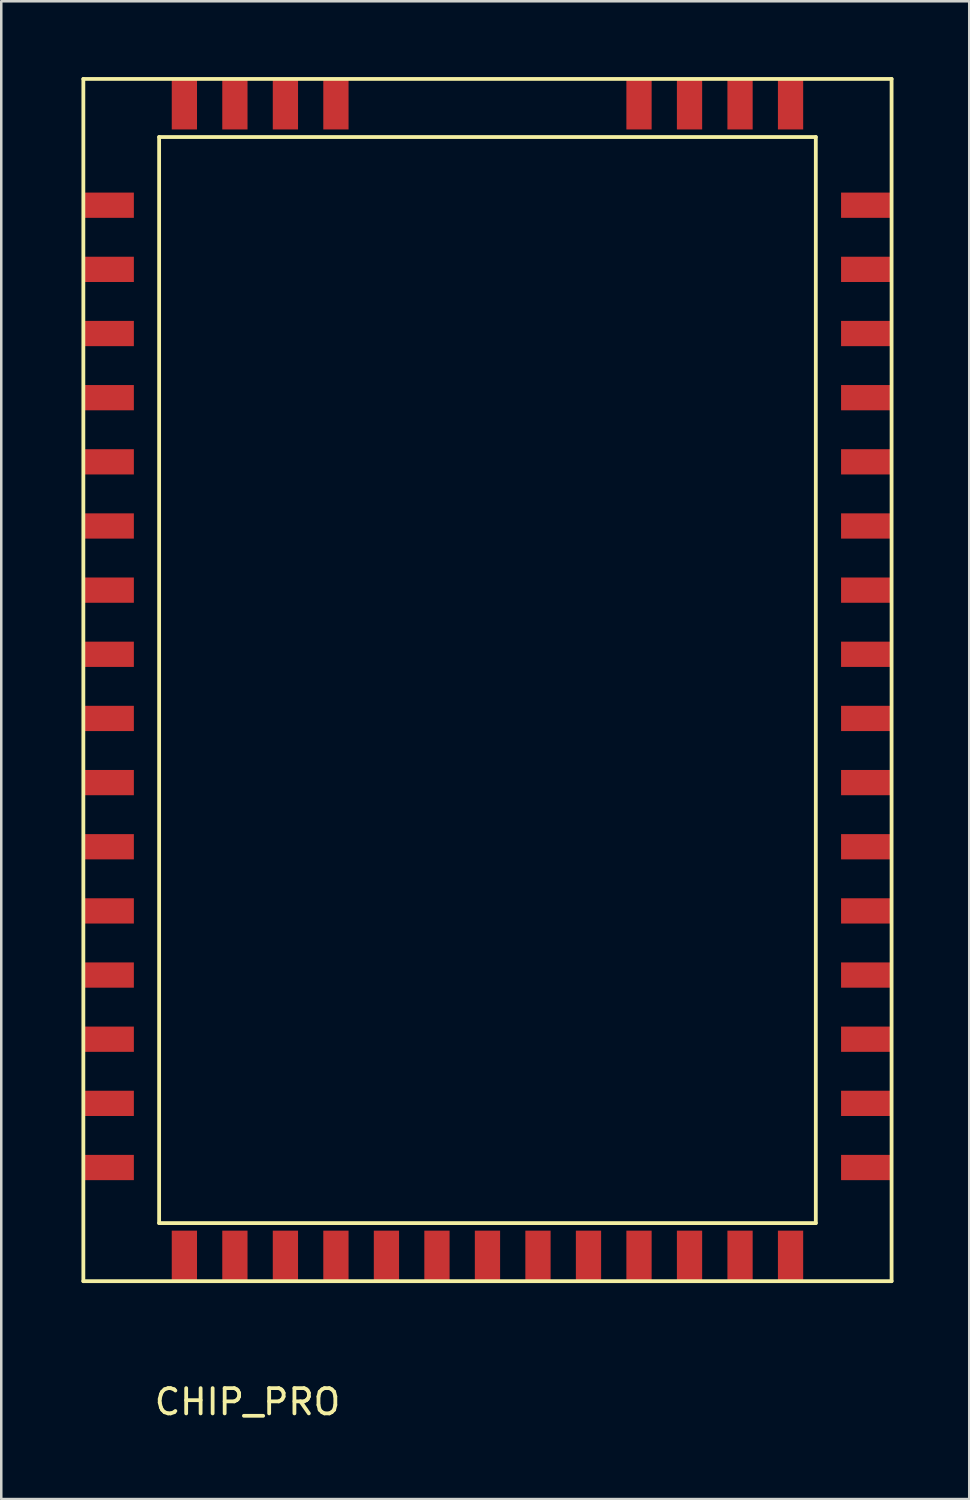
<source format=kicad_pcb>
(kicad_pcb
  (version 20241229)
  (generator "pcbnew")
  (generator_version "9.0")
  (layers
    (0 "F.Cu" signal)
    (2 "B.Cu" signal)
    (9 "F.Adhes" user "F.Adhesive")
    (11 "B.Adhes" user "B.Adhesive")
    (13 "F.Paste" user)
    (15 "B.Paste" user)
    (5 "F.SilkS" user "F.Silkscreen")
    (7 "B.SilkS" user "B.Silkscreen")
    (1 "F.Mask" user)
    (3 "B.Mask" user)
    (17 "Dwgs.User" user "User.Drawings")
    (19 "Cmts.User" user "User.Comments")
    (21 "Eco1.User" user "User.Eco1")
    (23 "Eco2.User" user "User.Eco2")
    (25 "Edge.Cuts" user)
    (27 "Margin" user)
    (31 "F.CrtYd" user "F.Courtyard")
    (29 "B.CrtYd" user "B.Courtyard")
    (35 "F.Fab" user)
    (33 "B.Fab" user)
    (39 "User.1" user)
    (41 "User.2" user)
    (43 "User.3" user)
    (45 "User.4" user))
  (footprint "CHIP_PRO"
    (layer "F.Cu")
    (at 0.25 47.675)
    (property "Reference" "CHIP_PRO" (at 6.5 4.78 0) (layer "F.SilkS") (effects (font (size 1 1) (thickness 0.15))))
    (attr through_hole)
    (fp_line (start 0 -47.6) (end 0 0) (stroke (width 0.15) (type solid)) (layer "F.SilkS"))
    (fp_line (start 0 0) (end 32 0) (stroke (width 0.15) (type solid)) (layer "F.SilkS"))
    (fp_line (start 3 -45.3) (end 29 -45.3) (stroke (width 0.15) (type solid)) (layer "F.SilkS"))
    (fp_line (start 3 -2.3) (end 3 -45.3) (stroke (width 0.15) (type solid)) (layer "F.SilkS"))
    (fp_line (start 3 -2.3) (end 29 -2.3) (stroke (width 0.15) (type solid)) (layer "F.SilkS"))
    (fp_line (start 29 -2.3) (end 29 -45.3) (stroke (width 0.15) (type solid)) (layer "F.SilkS"))
    (fp_line (start 32 -47.6) (end 0 -47.6) (stroke (width 0.15) (type solid)) (layer "F.SilkS"))
    (fp_line (start 32 0) (end 32 -47.6) (stroke (width 0.15) (type solid)) (layer "F.SilkS"))
    (fp_line (start 0 -46.6) (end 1.5 -47.6) (stroke (width 0.15) (type solid)) (layer "B.Paste"))
    (pad "1" smd rect (at 28 -46.6) (size 1 2) (layers "F.Cu" "F.Mask" "F.Paste"))
    (pad "2" connect rect (at 26 -46.6) (size 1 2) (layers "F.Cu" "F.Mask"))
    (pad "3" smd rect (at 24 -46.6) (size 1 2) (layers "F.Cu" "F.Mask" "F.Paste"))
    (pad "4" smd rect (at 22 -46.6) (size 1 2) (layers "F.Cu" "F.Mask" "F.Paste"))
    (pad "5" smd rect (at 10 -46.6) (size 1 2) (layers "F.Cu" "F.Mask" "F.Paste"))
    (pad "6" smd rect (at 8 -46.6) (size 1 2) (layers "F.Cu" "F.Mask" "F.Paste"))
    (pad "7" smd rect (at 6 -46.6) (size 1 2) (layers "F.Cu" "F.Mask" "F.Paste"))
    (pad "8" smd rect (at 4 -46.6) (size 1 2) (layers "F.Cu" "F.Mask" "F.Paste"))
    (pad "9" smd rect (at 1 -42.6 90) (size 1 2) (layers "F.Cu" "F.Mask" "F.Paste"))
    (pad "10" smd rect (at 1 -40.06 90) (size 1 2) (layers "F.Cu" "F.Mask" "F.Paste"))
    (pad "11" smd rect (at 1 -37.52 90) (size 1 2) (layers "F.Cu" "F.Mask" "F.Paste"))
    (pad "12" smd rect (at 1 -34.98 90) (size 1 2) (layers "F.Cu" "F.Mask" "F.Paste"))
    (pad "13" smd rect (at 1 -32.44 90) (size 1 2) (layers "F.Cu" "F.Mask" "F.Paste"))
    (pad "14" smd rect (at 1 -29.9 90) (size 1 2) (layers "F.Cu" "F.Mask" "F.Paste"))
    (pad "15" smd rect (at 1 -27.36 90) (size 1 2) (layers "F.Cu" "F.Mask" "F.Paste"))
    (pad "16" smd rect (at 1 -24.82 90) (size 1 2) (layers "F.Cu" "F.Mask" "F.Paste"))
    (pad "17" smd rect (at 1 -22.28 90) (size 1 2) (layers "F.Cu" "F.Mask" "F.Paste"))
    (pad "18" smd rect (at 1 -19.74 90) (size 1 2) (layers "F.Cu" "F.Mask" "F.Paste"))
    (pad "19" smd rect (at 1 -17.2 90) (size 1 2) (layers "F.Cu" "F.Mask" "F.Paste"))
    (pad "20" smd rect (at 1 -14.66 90) (size 1 2) (layers "F.Cu" "F.Mask" "F.Paste"))
    (pad "21" smd rect (at 1 -12.12 90) (size 1 2) (layers "F.Cu" "F.Mask" "F.Paste"))
    (pad "22" smd rect (at 1 -9.58 90) (size 1 2) (layers "F.Cu" "F.Mask" "F.Paste"))
    (pad "23" smd rect (at 1 -7.04 90) (size 1 2) (layers "F.Cu" "F.Mask" "F.Paste"))
    (pad "24" smd rect (at 1 -4.5 90) (size 1 2) (layers "F.Cu" "F.Mask" "F.Paste"))
    (pad "25" smd rect (at 4 -1) (size 1 2) (layers "F.Cu" "F.Mask" "F.Paste"))
    (pad "26" smd rect (at 6 -1) (size 1 2) (layers "F.Cu" "F.Mask" "F.Paste"))
    (pad "27" smd rect (at 8 -1) (size 1 2) (layers "F.Cu" "F.Mask" "F.Paste"))
    (pad "28" smd rect (at 10 -1) (size 1 2) (layers "F.Cu" "F.Mask" "F.Paste"))
    (pad "29" smd rect (at 12 -1) (size 1 2) (layers "F.Cu" "F.Mask" "F.Paste"))
    (pad "30" smd rect (at 14 -1) (size 1 2) (layers "F.Cu" "F.Mask" "F.Paste"))
    (pad "31" smd rect (at 16 -1) (size 1 2) (layers "F.Cu" "F.Mask" "F.Paste"))
    (pad "32" smd rect (at 18 -1) (size 1 2) (layers "F.Cu" "F.Mask" "F.Paste"))
    (pad "33" smd rect (at 20 -1) (size 1 2) (layers "F.Cu" "F.Mask" "F.Paste"))
    (pad "34" smd rect (at 22 -1) (size 1 2) (layers "F.Cu" "F.Mask" "F.Paste"))
    (pad "35" smd rect (at 24 -1) (size 1 2) (layers "F.Cu" "F.Mask" "F.Paste"))
    (pad "36" smd rect (at 26 -1) (size 1 2) (layers "F.Cu" "F.Mask" "F.Paste"))
    (pad "37" smd rect (at 28 -1) (size 1 2) (layers "F.Cu" "F.Mask" "F.Paste"))
    (pad "38" smd rect (at 31 -4.5 90) (size 1 2) (layers "F.Cu" "F.Mask" "F.Paste"))
    (pad "39" smd rect (at 31 -7.04 90) (size 1 2) (layers "F.Cu" "F.Mask" "F.Paste"))
    (pad "40" smd rect (at 31 -9.58 90) (size 1 2) (layers "F.Cu" "F.Mask" "F.Paste"))
    (pad "41" smd rect (at 31 -12.12 90) (size 1 2) (layers "F.Cu" "F.Mask" "F.Paste"))
    (pad "42" smd rect (at 31 -14.66 90) (size 1 2) (layers "F.Cu" "F.Mask" "F.Paste"))
    (pad "43" smd rect (at 31 -17.2 90) (size 1 2) (layers "F.Cu" "F.Mask" "F.Paste"))
    (pad "44" smd rect (at 31 -19.74 90) (size 1 2) (layers "F.Cu" "F.Mask" "F.Paste"))
    (pad "45" smd rect (at 31 -22.28 90) (size 1 2) (layers "F.Cu" "F.Mask" "F.Paste"))
    (pad "46" smd rect (at 31 -24.82 90) (size 1 2) (layers "F.Cu" "F.Mask" "F.Paste"))
    (pad "47" smd rect (at 31 -27.36 90) (size 1 2) (layers "F.Cu" "F.Mask" "F.Paste"))
    (pad "48" smd rect (at 31 -29.9 90) (size 1 2) (layers "F.Cu" "F.Mask" "F.Paste"))
    (pad "49" smd rect (at 31 -32.44 90) (size 1 2) (layers "F.Cu" "F.Mask" "F.Paste"))
    (pad "50" smd rect (at 31 -34.98 90) (size 1 2) (layers "F.Cu" "F.Mask" "F.Paste"))
    (pad "51" smd rect (at 31 -37.52 90) (size 1 2) (layers "F.Cu" "F.Mask" "F.Paste"))
    (pad "52" smd rect (at 31 -40.06 90) (size 1 2) (layers "F.Cu" "F.Mask" "F.Paste"))
    (pad "53" smd rect (at 31 -42.6 90) (size 1 2) (layers "F.Cu" "F.Mask" "F.Paste")))
  (gr_rect
    (start -3 -3)
    (end 35.325 56.303)
    (stroke (width 0.1) (type default))
    (fill no)
    (layer "Edge.Cuts")))
</source>
